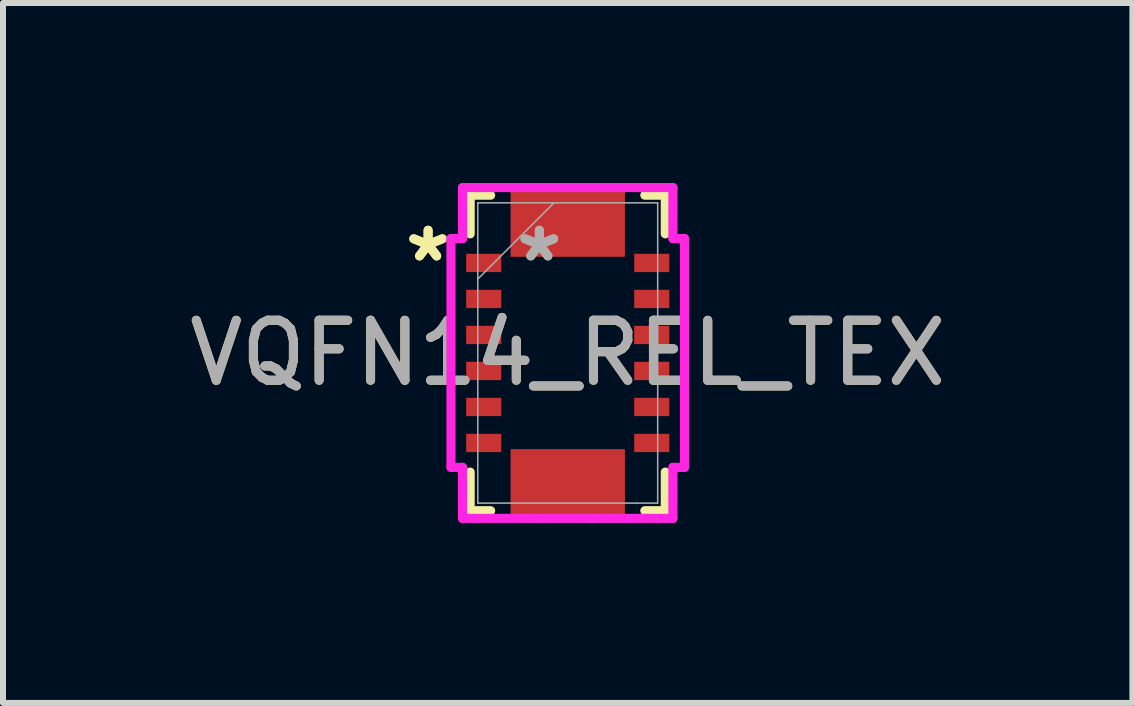
<source format=kicad_pcb>
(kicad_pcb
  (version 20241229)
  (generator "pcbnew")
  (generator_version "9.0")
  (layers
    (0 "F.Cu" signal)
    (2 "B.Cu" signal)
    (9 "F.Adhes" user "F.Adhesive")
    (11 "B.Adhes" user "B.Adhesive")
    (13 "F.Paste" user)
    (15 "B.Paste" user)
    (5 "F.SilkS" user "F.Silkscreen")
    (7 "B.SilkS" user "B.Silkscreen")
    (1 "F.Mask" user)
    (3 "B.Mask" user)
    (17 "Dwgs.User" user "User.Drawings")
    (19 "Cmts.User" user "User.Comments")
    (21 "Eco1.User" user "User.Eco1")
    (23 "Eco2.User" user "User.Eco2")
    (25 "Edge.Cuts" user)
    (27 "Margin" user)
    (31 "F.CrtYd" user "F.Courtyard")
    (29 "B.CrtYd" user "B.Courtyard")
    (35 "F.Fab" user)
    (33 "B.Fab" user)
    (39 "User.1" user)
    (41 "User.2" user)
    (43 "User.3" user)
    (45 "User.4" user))
  (footprint "VQFN14_REL_TEX"
    (layer "F.Cu")
    (at 6.411 2.832)
    (property "Reference" "VQFN14_REL_TEX" (at 0 0 0) (unlocked yes) (layer "F.SilkS") (effects (font (size 1 1) (thickness 0.15))))
    (attr smd)
    (fp_line (start -1.626 -2.629) (end -1.626 -1.985) (stroke (width 0.152) (type solid)) (layer "F.SilkS"))
    (fp_line (start -1.626 1.985) (end -1.626 2.629) (stroke (width 0.152) (type solid)) (layer "F.SilkS"))
    (fp_line (start -1.626 2.629) (end -1.285 2.629) (stroke (width 0.152) (type solid)) (layer "F.SilkS"))
    (fp_line (start -1.285 -2.629) (end -1.626 -2.629) (stroke (width 0.152) (type solid)) (layer "F.SilkS"))
    (fp_line (start 1.285 2.629) (end 1.626 2.629) (stroke (width 0.152) (type solid)) (layer "F.SilkS"))
    (fp_line (start 1.626 -2.629) (end 1.285 -2.629) (stroke (width 0.152) (type solid)) (layer "F.SilkS"))
    (fp_line (start 1.626 -1.985) (end 1.626 -2.629) (stroke (width 0.152) (type solid)) (layer "F.SilkS"))
    (fp_line (start 1.626 2.629) (end 1.626 1.985) (stroke (width 0.152) (type solid)) (layer "F.SilkS"))
    (fp_line (start -1.946 -1.906) (end -1.753 -1.906) (stroke (width 0.152) (type solid)) (layer "F.CrtYd"))
    (fp_line (start -1.946 1.906) (end -1.946 -1.906) (stroke (width 0.152) (type solid)) (layer "F.CrtYd"))
    (fp_line (start -1.753 -2.756) (end -0.406 -2.756) (stroke (width 0.152) (type solid)) (layer "F.CrtYd"))
    (fp_line (start -1.753 -1.906) (end -1.753 -2.756) (stroke (width 0.152) (type solid)) (layer "F.CrtYd"))
    (fp_line (start -1.753 1.906) (end -1.946 1.906) (stroke (width 0.152) (type solid)) (layer "F.CrtYd"))
    (fp_line (start -1.753 2.756) (end -1.753 1.906) (stroke (width 0.152) (type solid)) (layer "F.CrtYd"))
    (fp_line (start -0.406 -2.756) (end -0.406 -2.756) (stroke (width 0.152) (type solid)) (layer "F.CrtYd"))
    (fp_line (start -0.406 -2.756) (end 0.406 -2.756) (stroke (width 0.152) (type solid)) (layer "F.CrtYd"))
    (fp_line (start -0.406 2.756) (end -1.753 2.756) (stroke (width 0.152) (type solid)) (layer "F.CrtYd"))
    (fp_line (start -0.406 2.756) (end -0.406 2.756) (stroke (width 0.152) (type solid)) (layer "F.CrtYd"))
    (fp_line (start 0.406 -2.756) (end 0.406 -2.756) (stroke (width 0.152) (type solid)) (layer "F.CrtYd"))
    (fp_line (start 0.406 -2.756) (end 1.753 -2.756) (stroke (width 0.152) (type solid)) (layer "F.CrtYd"))
    (fp_line (start 0.406 2.756) (end -0.406 2.756) (stroke (width 0.152) (type solid)) (layer "F.CrtYd"))
    (fp_line (start 0.406 2.756) (end 0.406 2.756) (stroke (width 0.152) (type solid)) (layer "F.CrtYd"))
    (fp_line (start 1.753 -2.756) (end 1.753 -1.906) (stroke (width 0.152) (type solid)) (layer "F.CrtYd"))
    (fp_line (start 1.753 -1.906) (end 1.946 -1.906) (stroke (width 0.152) (type solid)) (layer "F.CrtYd"))
    (fp_line (start 1.753 1.906) (end 1.753 2.756) (stroke (width 0.152) (type solid)) (layer "F.CrtYd"))
    (fp_line (start 1.753 2.756) (end 0.406 2.756) (stroke (width 0.152) (type solid)) (layer "F.CrtYd"))
    (fp_line (start 1.946 -1.906) (end 1.946 1.906) (stroke (width 0.152) (type solid)) (layer "F.CrtYd"))
    (fp_line (start 1.946 1.906) (end 1.753 1.906) (stroke (width 0.152) (type solid)) (layer "F.CrtYd"))
    (fp_line (start -1.499 -2.502) (end -1.499 2.502) (stroke (width 0.025) (type solid)) (layer "F.Fab"))
    (fp_line (start -1.499 -1.232) (end -0.229 -2.502) (stroke (width 0.025) (type solid)) (layer "F.Fab"))
    (fp_line (start -1.499 2.502) (end 1.499 2.502) (stroke (width 0.025) (type solid)) (layer "F.Fab"))
    (fp_line (start 1.499 -2.502) (end -1.499 -2.502) (stroke (width 0.025) (type solid)) (layer "F.Fab"))
    (fp_line (start 1.499 2.502) (end 1.499 -2.502) (stroke (width 0.025) (type solid)) (layer "F.Fab"))
    (fp_text user "*" (at -2.327 -1.5 0) (layer "F.SilkS") (effects (font (size 1 1) (thickness 0.15))))
    (fp_text user "*" (at -2.327 -1.5 0) (unlocked yes) (layer "F.SilkS") (effects (font (size 1 1) (thickness 0.15))))
    (fp_text user "*" (at -0.473 -1.5 0) (unlocked yes) (layer "F.Fab") (effects (font (size 1 1) (thickness 0.15))))
    (fp_text user "*" (at -0.473 -1.5 0) (layer "F.Fab") (effects (font (size 1 1) (thickness 0.15))))
    (fp_text user "${REFERENCE}" (at 0 0 0) (unlocked yes) (layer "F.Fab") (effects (font (size 1 1) (thickness 0.15))))
    (pad "1" smd rect (at -1.4 -1.5) (size 0.584 0.305) (layers "F.Cu" "F.Mask" "F.Paste"))
    (pad "2" smd rect (at -1.4 -0.9) (size 0.584 0.305) (layers "F.Cu" "F.Mask" "F.Paste"))
    (pad "3" smd rect (at -1.4 -0.3) (size 0.584 0.305) (layers "F.Cu" "F.Mask" "F.Paste"))
    (pad "4" smd rect (at -1.4 0.3) (size 0.584 0.305) (layers "F.Cu" "F.Mask" "F.Paste"))
    (pad "5" smd rect (at -1.4 0.9) (size 0.584 0.305) (layers "F.Cu" "F.Mask" "F.Paste"))
    (pad "6" smd rect (at -1.4 1.5) (size 0.584 0.305) (layers "F.Cu" "F.Mask" "F.Paste"))
    (pad "7" smd rect (at 0 2.2 90) (size 1.194 1.905) (layers "F.Cu" "F.Mask" "F.Paste"))
    (pad "8" smd rect (at 1.4 1.5) (size 0.584 0.305) (layers "F.Cu" "F.Mask" "F.Paste"))
    (pad "9" smd rect (at 1.4 0.9) (size 0.584 0.305) (layers "F.Cu" "F.Mask" "F.Paste"))
    (pad "10" smd rect (at 1.4 0.3) (size 0.584 0.305) (layers "F.Cu" "F.Mask" "F.Paste"))
    (pad "11" smd rect (at 1.4 -0.3) (size 0.584 0.305) (layers "F.Cu" "F.Mask" "F.Paste"))
    (pad "12" smd rect (at 1.4 -0.9) (size 0.584 0.305) (layers "F.Cu" "F.Mask" "F.Paste"))
    (pad "13" smd rect (at 1.4 -1.5) (size 0.584 0.305) (layers "F.Cu" "F.Mask" "F.Paste"))
    (pad "14" smd rect (at 0 -2.2 90) (size 1.194 1.905) (layers "F.Cu" "F.Mask" "F.Paste")))
  (gr_rect
    (start -3 -3)
    (end 15.821 8.664)
    (stroke (width 0.1) (type default))
    (fill no)
    (layer "Edge.Cuts")))
</source>
